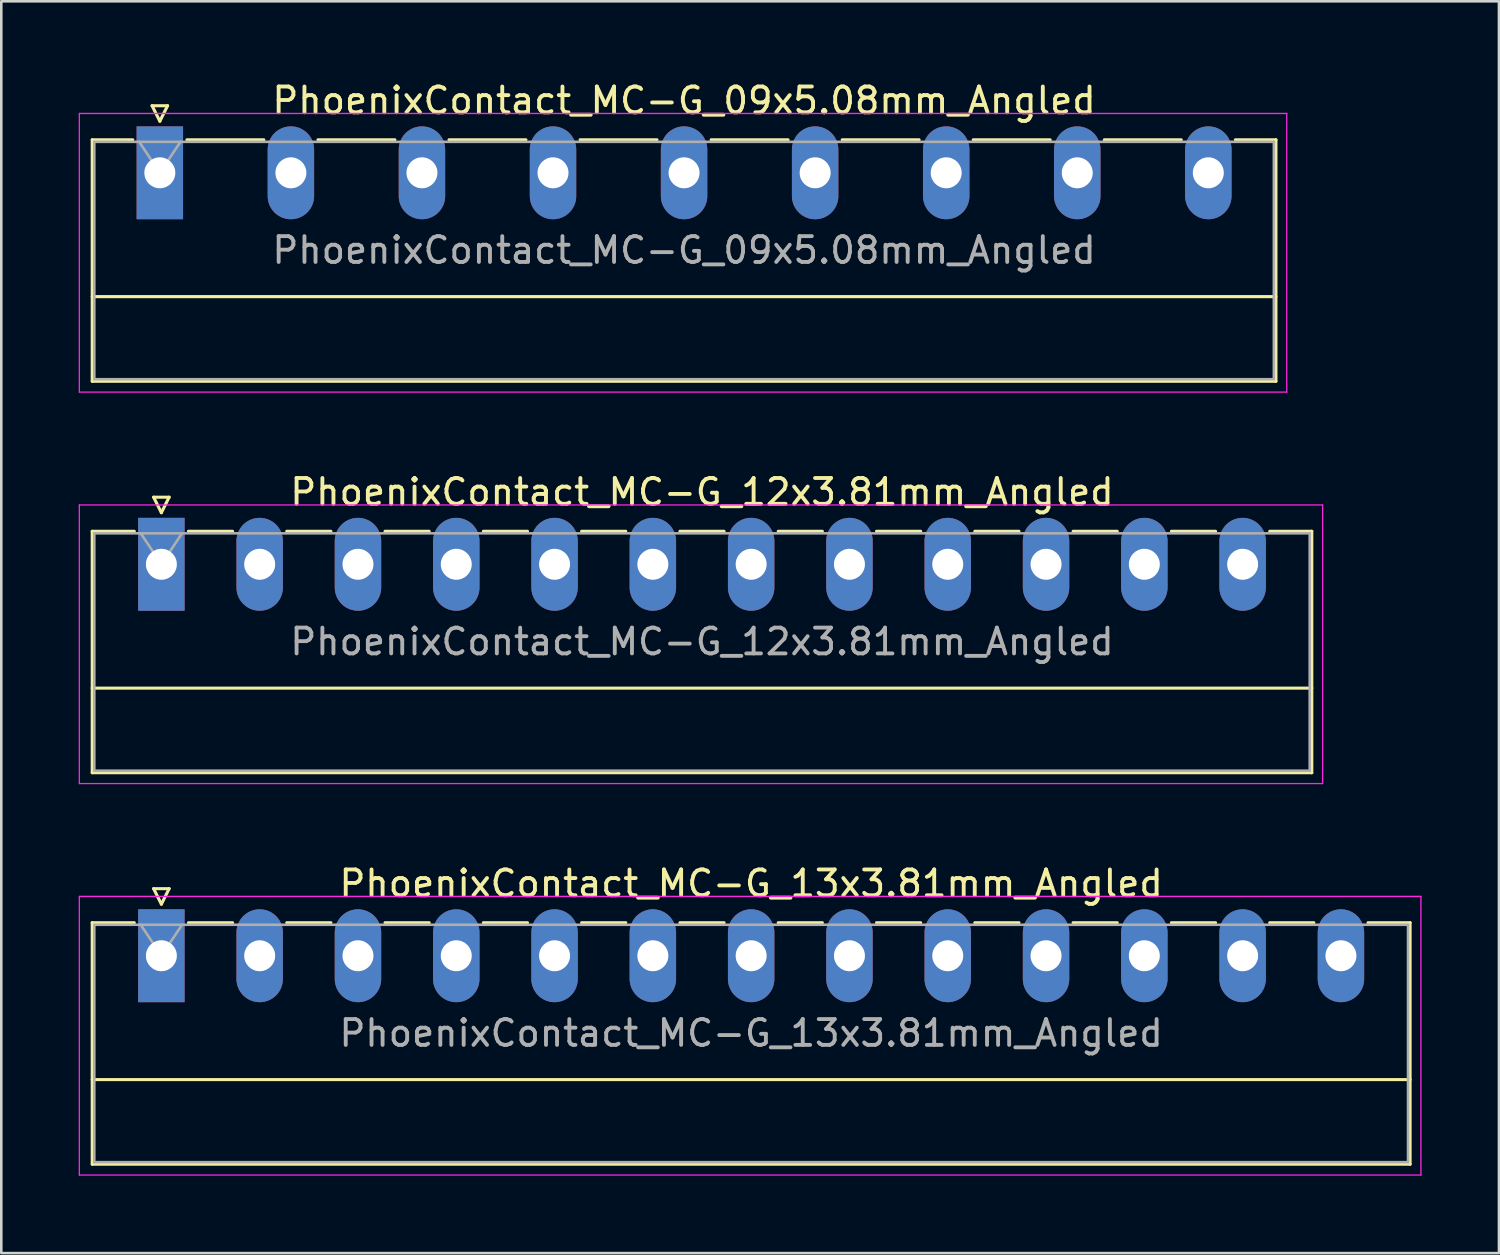
<source format=kicad_pcb>
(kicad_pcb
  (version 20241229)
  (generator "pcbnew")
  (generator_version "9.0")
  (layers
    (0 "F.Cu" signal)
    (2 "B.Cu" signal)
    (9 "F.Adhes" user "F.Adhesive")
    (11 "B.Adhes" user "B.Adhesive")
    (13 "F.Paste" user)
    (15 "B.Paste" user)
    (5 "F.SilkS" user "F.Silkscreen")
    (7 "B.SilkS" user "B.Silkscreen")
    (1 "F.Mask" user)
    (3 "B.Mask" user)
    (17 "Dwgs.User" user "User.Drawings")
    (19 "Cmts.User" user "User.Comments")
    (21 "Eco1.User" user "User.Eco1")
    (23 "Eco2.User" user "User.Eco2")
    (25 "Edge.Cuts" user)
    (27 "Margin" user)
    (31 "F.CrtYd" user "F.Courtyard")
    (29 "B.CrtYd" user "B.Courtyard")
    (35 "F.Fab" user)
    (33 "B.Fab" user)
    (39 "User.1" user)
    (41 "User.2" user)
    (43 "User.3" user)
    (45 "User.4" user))
  (footprint "PhoenixContact_MC-G_12x3.81mm_Angled"
    (layer "F.Cu")
    (at 3.205 18.822)
    (property "Reference" "PhoenixContact_MC-G_12x3.81mm_Angled" (at 20.955 -2.8 0) (layer "F.SilkS") (effects (font (size 1 1) (thickness 0.15))))
    (attr through_hole)
    (fp_line (start -2.68 -1.28) (end -2.68 8.08) (stroke (width 0.12) (type solid)) (layer "F.SilkS"))
    (fp_line (start -2.68 -1.28) (end -1.05 -1.28) (stroke (width 0.12) (type solid)) (layer "F.SilkS"))
    (fp_line (start -2.68 4.8) (end 44.59 4.8) (stroke (width 0.12) (type solid)) (layer "F.SilkS"))
    (fp_line (start -2.68 8.08) (end 44.59 8.08) (stroke (width 0.12) (type solid)) (layer "F.SilkS"))
    (fp_line (start -0.3 -2.6) (end 0.3 -2.6) (stroke (width 0.12) (type solid)) (layer "F.SilkS"))
    (fp_line (start 0 -2) (end -0.3 -2.6) (stroke (width 0.12) (type solid)) (layer "F.SilkS"))
    (fp_line (start 0.3 -2.6) (end 0 -2) (stroke (width 0.12) (type solid)) (layer "F.SilkS"))
    (fp_line (start 1.05 -1.28) (end 2.76 -1.28) (stroke (width 0.12) (type solid)) (layer "F.SilkS"))
    (fp_line (start 4.86 -1.28) (end 6.57 -1.28) (stroke (width 0.12) (type solid)) (layer "F.SilkS"))
    (fp_line (start 8.67 -1.28) (end 10.38 -1.28) (stroke (width 0.12) (type solid)) (layer "F.SilkS"))
    (fp_line (start 12.48 -1.28) (end 14.19 -1.28) (stroke (width 0.12) (type solid)) (layer "F.SilkS"))
    (fp_line (start 16.29 -1.28) (end 18 -1.28) (stroke (width 0.12) (type solid)) (layer "F.SilkS"))
    (fp_line (start 20.1 -1.28) (end 21.81 -1.28) (stroke (width 0.12) (type solid)) (layer "F.SilkS"))
    (fp_line (start 23.91 -1.28) (end 25.62 -1.28) (stroke (width 0.12) (type solid)) (layer "F.SilkS"))
    (fp_line (start 27.72 -1.28) (end 29.43 -1.28) (stroke (width 0.12) (type solid)) (layer "F.SilkS"))
    (fp_line (start 31.53 -1.28) (end 33.24 -1.28) (stroke (width 0.12) (type solid)) (layer "F.SilkS"))
    (fp_line (start 35.34 -1.28) (end 37.05 -1.28) (stroke (width 0.12) (type solid)) (layer "F.SilkS"))
    (fp_line (start 39.15 -1.28) (end 40.86 -1.28) (stroke (width 0.12) (type solid)) (layer "F.SilkS"))
    (fp_line (start 44.59 -1.28) (end 42.96 -1.28) (stroke (width 0.12) (type solid)) (layer "F.SilkS"))
    (fp_line (start 44.59 8.08) (end 44.59 -1.28) (stroke (width 0.12) (type solid)) (layer "F.SilkS"))
    (fp_line (start -3.18 -2.3) (end -3.18 8.5) (stroke (width 0.05) (type solid)) (layer "F.CrtYd"))
    (fp_line (start -3.18 8.5) (end 45.01 8.5) (stroke (width 0.05) (type solid)) (layer "F.CrtYd"))
    (fp_line (start 45.01 -2.3) (end -3.18 -2.3) (stroke (width 0.05) (type solid)) (layer "F.CrtYd"))
    (fp_line (start 45.01 8.5) (end 45.01 -2.3) (stroke (width 0.05) (type solid)) (layer "F.CrtYd"))
    (fp_line (start -2.6 -1.2) (end -2.6 8) (stroke (width 0.1) (type solid)) (layer "F.Fab"))
    (fp_line (start -2.6 8) (end 44.51 8) (stroke (width 0.1) (type solid)) (layer "F.Fab"))
    (fp_line (start 0 0) (end -0.8 -1.2) (stroke (width 0.1) (type solid)) (layer "F.Fab"))
    (fp_line (start 0.8 -1.2) (end 0 0) (stroke (width 0.1) (type solid)) (layer "F.Fab"))
    (fp_line (start 44.51 -1.2) (end -2.6 -1.2) (stroke (width 0.1) (type solid)) (layer "F.Fab"))
    (fp_line (start 44.51 8) (end 44.51 -1.2) (stroke (width 0.1) (type solid)) (layer "F.Fab"))
    (fp_text user "${REFERENCE}" (at 20.955 3 0) (layer "F.Fab") (effects (font (size 1 1) (thickness 0.15))))
    (pad "1" thru_hole rect (at 0 0) (size 1.8 3.6) (drill 1.2) (layers "*.Cu" "*.Mask"))
    (pad "2" thru_hole oval (at 3.81 0) (size 1.8 3.6) (drill 1.2) (layers "*.Cu" "*.Mask"))
    (pad "3" thru_hole oval (at 7.62 0) (size 1.8 3.6) (drill 1.2) (layers "*.Cu" "*.Mask"))
    (pad "4" thru_hole oval (at 11.43 0) (size 1.8 3.6) (drill 1.2) (layers "*.Cu" "*.Mask"))
    (pad "5" thru_hole oval (at 15.24 0) (size 1.8 3.6) (drill 1.2) (layers "*.Cu" "*.Mask"))
    (pad "6" thru_hole oval (at 19.05 0) (size 1.8 3.6) (drill 1.2) (layers "*.Cu" "*.Mask"))
    (pad "7" thru_hole oval (at 22.86 0) (size 1.8 3.6) (drill 1.2) (layers "*.Cu" "*.Mask"))
    (pad "8" thru_hole oval (at 26.67 0) (size 1.8 3.6) (drill 1.2) (layers "*.Cu" "*.Mask"))
    (pad "9" thru_hole oval (at 30.48 0) (size 1.8 3.6) (drill 1.2) (layers "*.Cu" "*.Mask"))
    (pad "10" thru_hole oval (at 34.29 0) (size 1.8 3.6) (drill 1.2) (layers "*.Cu" "*.Mask"))
    (pad "11" thru_hole oval (at 38.1 0) (size 1.8 3.6) (drill 1.2) (layers "*.Cu" "*.Mask"))
    (pad "12" thru_hole oval (at 41.91 0) (size 1.8 3.6) (drill 1.2) (layers "*.Cu" "*.Mask")))
  (footprint "PhoenixContact_MC-G_09x5.08mm_Angled"
    (layer "F.Cu")
    (at 3.145 3.648)
    (property "Reference" "PhoenixContact_MC-G_09x5.08mm_Angled" (at 20.32 -2.8 0) (layer "F.SilkS") (effects (font (size 1 1) (thickness 0.15))))
    (attr through_hole)
    (fp_line (start -2.62 -1.28) (end -2.62 8.08) (stroke (width 0.12) (type solid)) (layer "F.SilkS"))
    (fp_line (start -2.62 -1.28) (end -1.05 -1.28) (stroke (width 0.12) (type solid)) (layer "F.SilkS"))
    (fp_line (start -2.62 4.8) (end 43.26 4.8) (stroke (width 0.12) (type solid)) (layer "F.SilkS"))
    (fp_line (start -2.62 8.08) (end 43.26 8.08) (stroke (width 0.12) (type solid)) (layer "F.SilkS"))
    (fp_line (start -0.3 -2.6) (end 0.3 -2.6) (stroke (width 0.12) (type solid)) (layer "F.SilkS"))
    (fp_line (start 0 -2) (end -0.3 -2.6) (stroke (width 0.12) (type solid)) (layer "F.SilkS"))
    (fp_line (start 0.3 -2.6) (end 0 -2) (stroke (width 0.12) (type solid)) (layer "F.SilkS"))
    (fp_line (start 1.05 -1.28) (end 4.03 -1.28) (stroke (width 0.12) (type solid)) (layer "F.SilkS"))
    (fp_line (start 6.13 -1.28) (end 9.11 -1.28) (stroke (width 0.12) (type solid)) (layer "F.SilkS"))
    (fp_line (start 11.21 -1.28) (end 14.19 -1.28) (stroke (width 0.12) (type solid)) (layer "F.SilkS"))
    (fp_line (start 16.29 -1.28) (end 19.27 -1.28) (stroke (width 0.12) (type solid)) (layer "F.SilkS"))
    (fp_line (start 21.37 -1.28) (end 24.35 -1.28) (stroke (width 0.12) (type solid)) (layer "F.SilkS"))
    (fp_line (start 26.45 -1.28) (end 29.43 -1.28) (stroke (width 0.12) (type solid)) (layer "F.SilkS"))
    (fp_line (start 31.53 -1.28) (end 34.51 -1.28) (stroke (width 0.12) (type solid)) (layer "F.SilkS"))
    (fp_line (start 36.61 -1.28) (end 39.59 -1.28) (stroke (width 0.12) (type solid)) (layer "F.SilkS"))
    (fp_line (start 43.26 -1.28) (end 41.69 -1.28) (stroke (width 0.12) (type solid)) (layer "F.SilkS"))
    (fp_line (start 43.26 8.08) (end 43.26 -1.28) (stroke (width 0.12) (type solid)) (layer "F.SilkS"))
    (fp_line (start -3.12 -2.3) (end -3.12 8.5) (stroke (width 0.05) (type solid)) (layer "F.CrtYd"))
    (fp_line (start -3.12 8.5) (end 43.68 8.5) (stroke (width 0.05) (type solid)) (layer "F.CrtYd"))
    (fp_line (start 43.68 -2.3) (end -3.12 -2.3) (stroke (width 0.05) (type solid)) (layer "F.CrtYd"))
    (fp_line (start 43.68 8.5) (end 43.68 -2.3) (stroke (width 0.05) (type solid)) (layer "F.CrtYd"))
    (fp_line (start -2.54 -1.2) (end -2.54 8) (stroke (width 0.1) (type solid)) (layer "F.Fab"))
    (fp_line (start -2.54 8) (end 43.18 8) (stroke (width 0.1) (type solid)) (layer "F.Fab"))
    (fp_line (start 0 0) (end -0.8 -1.2) (stroke (width 0.1) (type solid)) (layer "F.Fab"))
    (fp_line (start 0.8 -1.2) (end 0 0) (stroke (width 0.1) (type solid)) (layer "F.Fab"))
    (fp_line (start 43.18 -1.2) (end -2.54 -1.2) (stroke (width 0.1) (type solid)) (layer "F.Fab"))
    (fp_line (start 43.18 8) (end 43.18 -1.2) (stroke (width 0.1) (type solid)) (layer "F.Fab"))
    (fp_text user "${REFERENCE}" (at 20.32 3 0) (layer "F.Fab") (effects (font (size 1 1) (thickness 0.15))))
    (pad "1" thru_hole rect (at 0 0) (size 1.8 3.6) (drill 1.2) (layers "*.Cu" "*.Mask"))
    (pad "2" thru_hole oval (at 5.08 0) (size 1.8 3.6) (drill 1.2) (layers "*.Cu" "*.Mask"))
    (pad "3" thru_hole oval (at 10.16 0) (size 1.8 3.6) (drill 1.2) (layers "*.Cu" "*.Mask"))
    (pad "4" thru_hole oval (at 15.24 0) (size 1.8 3.6) (drill 1.2) (layers "*.Cu" "*.Mask"))
    (pad "5" thru_hole oval (at 20.32 0) (size 1.8 3.6) (drill 1.2) (layers "*.Cu" "*.Mask"))
    (pad "6" thru_hole oval (at 25.4 0) (size 1.8 3.6) (drill 1.2) (layers "*.Cu" "*.Mask"))
    (pad "7" thru_hole oval (at 30.48 0) (size 1.8 3.6) (drill 1.2) (layers "*.Cu" "*.Mask"))
    (pad "8" thru_hole oval (at 35.56 0) (size 1.8 3.6) (drill 1.2) (layers "*.Cu" "*.Mask"))
    (pad "9" thru_hole oval (at 40.64 0) (size 1.8 3.6) (drill 1.2) (layers "*.Cu" "*.Mask")))
  (footprint "PhoenixContact_MC-G_13x3.81mm_Angled"
    (layer "F.Cu")
    (at 3.205 33.995)
    (property "Reference" "PhoenixContact_MC-G_13x3.81mm_Angled" (at 22.86 -2.8 0) (layer "F.SilkS") (effects (font (size 1 1) (thickness 0.15))))
    (attr through_hole)
    (fp_line (start -2.68 -1.28) (end -2.68 8.08) (stroke (width 0.12) (type solid)) (layer "F.SilkS"))
    (fp_line (start -2.68 -1.28) (end -1.05 -1.28) (stroke (width 0.12) (type solid)) (layer "F.SilkS"))
    (fp_line (start -2.68 4.8) (end 48.4 4.8) (stroke (width 0.12) (type solid)) (layer "F.SilkS"))
    (fp_line (start -2.68 8.08) (end 48.4 8.08) (stroke (width 0.12) (type solid)) (layer "F.SilkS"))
    (fp_line (start -0.3 -2.6) (end 0.3 -2.6) (stroke (width 0.12) (type solid)) (layer "F.SilkS"))
    (fp_line (start 0 -2) (end -0.3 -2.6) (stroke (width 0.12) (type solid)) (layer "F.SilkS"))
    (fp_line (start 0.3 -2.6) (end 0 -2) (stroke (width 0.12) (type solid)) (layer "F.SilkS"))
    (fp_line (start 1.05 -1.28) (end 2.76 -1.28) (stroke (width 0.12) (type solid)) (layer "F.SilkS"))
    (fp_line (start 4.86 -1.28) (end 6.57 -1.28) (stroke (width 0.12) (type solid)) (layer "F.SilkS"))
    (fp_line (start 8.67 -1.28) (end 10.38 -1.28) (stroke (width 0.12) (type solid)) (layer "F.SilkS"))
    (fp_line (start 12.48 -1.28) (end 14.19 -1.28) (stroke (width 0.12) (type solid)) (layer "F.SilkS"))
    (fp_line (start 16.29 -1.28) (end 18 -1.28) (stroke (width 0.12) (type solid)) (layer "F.SilkS"))
    (fp_line (start 20.1 -1.28) (end 21.81 -1.28) (stroke (width 0.12) (type solid)) (layer "F.SilkS"))
    (fp_line (start 23.91 -1.28) (end 25.62 -1.28) (stroke (width 0.12) (type solid)) (layer "F.SilkS"))
    (fp_line (start 27.72 -1.28) (end 29.43 -1.28) (stroke (width 0.12) (type solid)) (layer "F.SilkS"))
    (fp_line (start 31.53 -1.28) (end 33.24 -1.28) (stroke (width 0.12) (type solid)) (layer "F.SilkS"))
    (fp_line (start 35.34 -1.28) (end 37.05 -1.28) (stroke (width 0.12) (type solid)) (layer "F.SilkS"))
    (fp_line (start 39.15 -1.28) (end 40.86 -1.28) (stroke (width 0.12) (type solid)) (layer "F.SilkS"))
    (fp_line (start 42.96 -1.28) (end 44.67 -1.28) (stroke (width 0.12) (type solid)) (layer "F.SilkS"))
    (fp_line (start 48.4 -1.28) (end 46.77 -1.28) (stroke (width 0.12) (type solid)) (layer "F.SilkS"))
    (fp_line (start 48.4 8.08) (end 48.4 -1.28) (stroke (width 0.12) (type solid)) (layer "F.SilkS"))
    (fp_line (start -3.18 -2.3) (end -3.18 8.5) (stroke (width 0.05) (type solid)) (layer "F.CrtYd"))
    (fp_line (start -3.18 8.5) (end 48.82 8.5) (stroke (width 0.05) (type solid)) (layer "F.CrtYd"))
    (fp_line (start 48.82 -2.3) (end -3.18 -2.3) (stroke (width 0.05) (type solid)) (layer "F.CrtYd"))
    (fp_line (start 48.82 8.5) (end 48.82 -2.3) (stroke (width 0.05) (type solid)) (layer "F.CrtYd"))
    (fp_line (start -2.6 -1.2) (end -2.6 8) (stroke (width 0.1) (type solid)) (layer "F.Fab"))
    (fp_line (start -2.6 8) (end 48.32 8) (stroke (width 0.1) (type solid)) (layer "F.Fab"))
    (fp_line (start 0 0) (end -0.8 -1.2) (stroke (width 0.1) (type solid)) (layer "F.Fab"))
    (fp_line (start 0.8 -1.2) (end 0 0) (stroke (width 0.1) (type solid)) (layer "F.Fab"))
    (fp_line (start 48.32 -1.2) (end -2.6 -1.2) (stroke (width 0.1) (type solid)) (layer "F.Fab"))
    (fp_line (start 48.32 8) (end 48.32 -1.2) (stroke (width 0.1) (type solid)) (layer "F.Fab"))
    (fp_text user "${REFERENCE}" (at 22.86 3 0) (layer "F.Fab") (effects (font (size 1 1) (thickness 0.15))))
    (pad "1" thru_hole rect (at 0 0) (size 1.8 3.6) (drill 1.2) (layers "*.Cu" "*.Mask"))
    (pad "2" thru_hole oval (at 3.81 0) (size 1.8 3.6) (drill 1.2) (layers "*.Cu" "*.Mask"))
    (pad "3" thru_hole oval (at 7.62 0) (size 1.8 3.6) (drill 1.2) (layers "*.Cu" "*.Mask"))
    (pad "4" thru_hole oval (at 11.43 0) (size 1.8 3.6) (drill 1.2) (layers "*.Cu" "*.Mask"))
    (pad "5" thru_hole oval (at 15.24 0) (size 1.8 3.6) (drill 1.2) (layers "*.Cu" "*.Mask"))
    (pad "6" thru_hole oval (at 19.05 0) (size 1.8 3.6) (drill 1.2) (layers "*.Cu" "*.Mask"))
    (pad "7" thru_hole oval (at 22.86 0) (size 1.8 3.6) (drill 1.2) (layers "*.Cu" "*.Mask"))
    (pad "8" thru_hole oval (at 26.67 0) (size 1.8 3.6) (drill 1.2) (layers "*.Cu" "*.Mask"))
    (pad "9" thru_hole oval (at 30.48 0) (size 1.8 3.6) (drill 1.2) (layers "*.Cu" "*.Mask"))
    (pad "10" thru_hole oval (at 34.29 0) (size 1.8 3.6) (drill 1.2) (layers "*.Cu" "*.Mask"))
    (pad "11" thru_hole oval (at 38.1 0) (size 1.8 3.6) (drill 1.2) (layers "*.Cu" "*.Mask"))
    (pad "12" thru_hole oval (at 41.91 0) (size 1.8 3.6) (drill 1.2) (layers "*.Cu" "*.Mask"))
    (pad "13" thru_hole oval (at 45.72 0) (size 1.8 3.6) (drill 1.2) (layers "*.Cu" "*.Mask")))
  (gr_rect
    (start -3 -3)
    (end 55.05 45.52)
    (stroke (width 0.1) (type default))
    (fill no)
    (layer "Edge.Cuts")))
</source>
